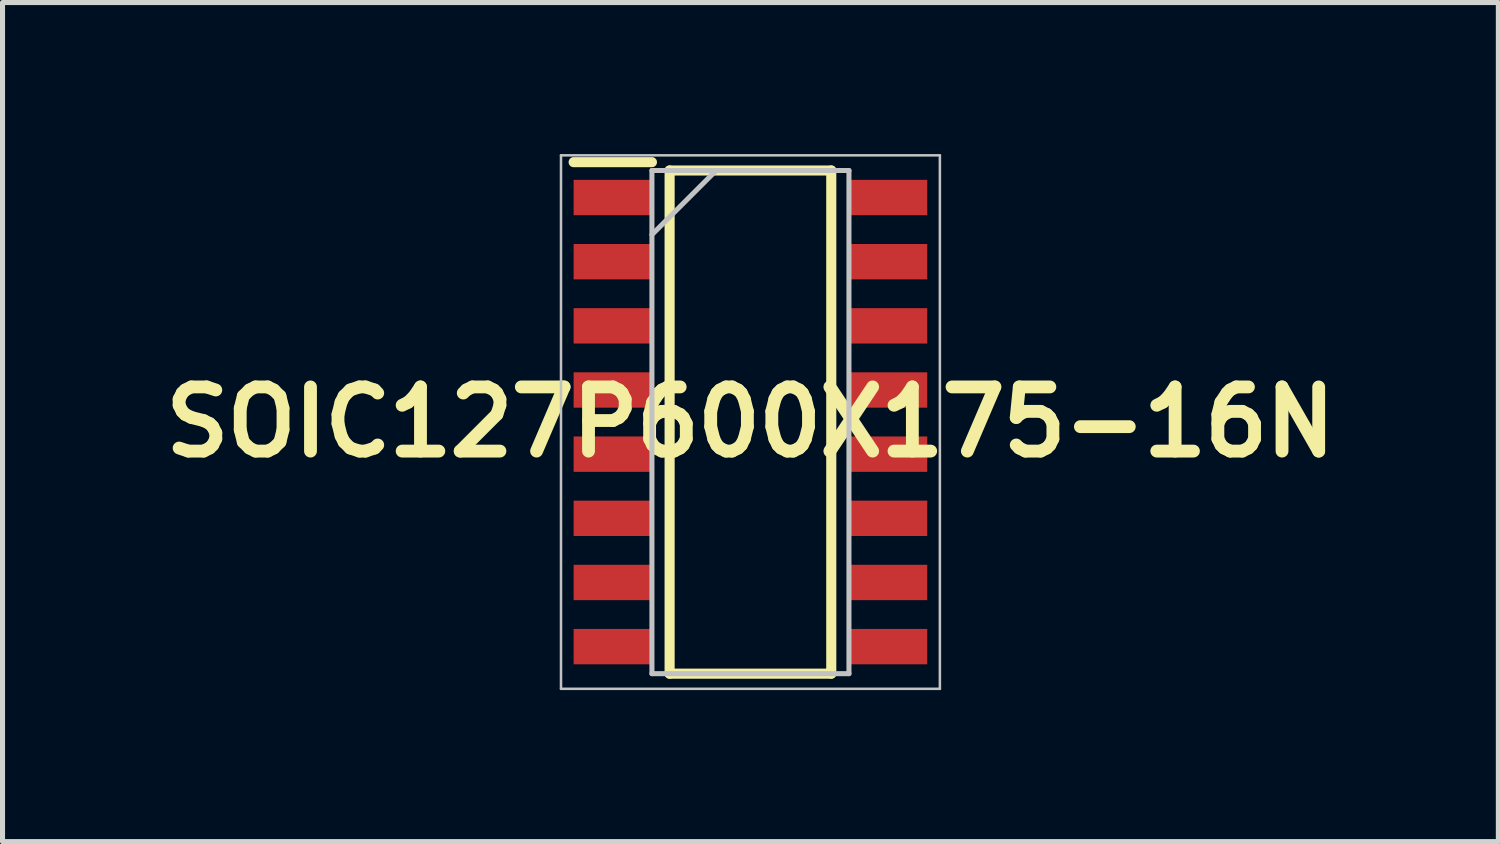
<source format=kicad_pcb>
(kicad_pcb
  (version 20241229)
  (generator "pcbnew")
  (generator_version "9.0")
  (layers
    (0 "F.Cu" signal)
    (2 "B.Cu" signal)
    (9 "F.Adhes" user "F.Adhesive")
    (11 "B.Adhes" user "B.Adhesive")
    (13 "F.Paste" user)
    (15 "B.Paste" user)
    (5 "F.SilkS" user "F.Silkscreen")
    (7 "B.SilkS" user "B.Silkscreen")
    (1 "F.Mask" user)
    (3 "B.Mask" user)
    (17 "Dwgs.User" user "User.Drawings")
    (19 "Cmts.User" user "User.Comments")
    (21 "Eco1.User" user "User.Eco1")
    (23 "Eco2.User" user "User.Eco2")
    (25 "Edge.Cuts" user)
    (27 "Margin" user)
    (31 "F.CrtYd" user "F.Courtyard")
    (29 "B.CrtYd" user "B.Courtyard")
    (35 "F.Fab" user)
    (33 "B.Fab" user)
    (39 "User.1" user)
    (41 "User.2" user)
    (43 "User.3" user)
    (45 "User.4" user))
  (footprint "SOIC127P600X175-16N"
    (layer "F.Cu")
    (at 11.805 5.305)
    (property "Reference" "SOIC127P600X175-16N" (at 0 0 0) (layer "F.SilkS") (effects (font (size 1.27 1.27) (thickness 0.254))))
    (attr smd)
    (fp_line (start -3.5 -5.145) (end -1.95 -5.145) (stroke (width 0.2) (type solid)) (layer "F.SilkS"))
    (fp_line (start -1.6 -4.98) (end 1.6 -4.98) (stroke (width 0.2) (type solid)) (layer "F.SilkS"))
    (fp_line (start -1.6 4.98) (end -1.6 -4.98) (stroke (width 0.2) (type solid)) (layer "F.SilkS"))
    (fp_line (start 1.6 -4.98) (end 1.6 4.98) (stroke (width 0.2) (type solid)) (layer "F.SilkS"))
    (fp_line (start 1.6 4.98) (end -1.6 4.98) (stroke (width 0.2) (type solid)) (layer "F.SilkS"))
    (fp_line (start -3.75 -5.28) (end 3.75 -5.28) (stroke (width 0.05) (type solid)) (layer "Dwgs.User"))
    (fp_line (start -3.75 5.28) (end -3.75 -5.28) (stroke (width 0.05) (type solid)) (layer "Dwgs.User"))
    (fp_line (start -1.95 -4.98) (end 1.95 -4.98) (stroke (width 0.1) (type solid)) (layer "Dwgs.User"))
    (fp_line (start -1.95 -3.71) (end -0.68 -4.98) (stroke (width 0.1) (type solid)) (layer "Dwgs.User"))
    (fp_line (start -1.95 4.98) (end -1.95 -4.98) (stroke (width 0.1) (type solid)) (layer "Dwgs.User"))
    (fp_line (start 1.95 -4.98) (end 1.95 4.98) (stroke (width 0.1) (type solid)) (layer "Dwgs.User"))
    (fp_line (start 1.95 4.98) (end -1.95 4.98) (stroke (width 0.1) (type solid)) (layer "Dwgs.User"))
    (fp_line (start 3.75 -5.28) (end 3.75 5.28) (stroke (width 0.05) (type solid)) (layer "Dwgs.User"))
    (fp_line (start 3.75 5.28) (end -3.75 5.28) (stroke (width 0.05) (type solid)) (layer "Dwgs.User"))
    (pad "1" smd rect (at -2.725 -4.445 90) (size 0.7 1.55) (layers "F.Cu" "F.Mask" "F.Paste"))
    (pad "2" smd rect (at -2.725 -3.175 90) (size 0.7 1.55) (layers "F.Cu" "F.Mask" "F.Paste"))
    (pad "3" smd rect (at -2.725 -1.905 90) (size 0.7 1.55) (layers "F.Cu" "F.Mask" "F.Paste"))
    (pad "4" smd rect (at -2.725 -0.635 90) (size 0.7 1.55) (layers "F.Cu" "F.Mask" "F.Paste"))
    (pad "5" smd rect (at -2.725 0.635 90) (size 0.7 1.55) (layers "F.Cu" "F.Mask" "F.Paste"))
    (pad "6" smd rect (at -2.725 1.905 90) (size 0.7 1.55) (layers "F.Cu" "F.Mask" "F.Paste"))
    (pad "7" smd rect (at -2.725 3.175 90) (size 0.7 1.55) (layers "F.Cu" "F.Mask" "F.Paste"))
    (pad "8" smd rect (at -2.725 4.445 90) (size 0.7 1.55) (layers "F.Cu" "F.Mask" "F.Paste"))
    (pad "9" smd rect (at 2.725 4.445 90) (size 0.7 1.55) (layers "F.Cu" "F.Mask" "F.Paste"))
    (pad "10" smd rect (at 2.725 3.175 90) (size 0.7 1.55) (layers "F.Cu" "F.Mask" "F.Paste"))
    (pad "11" smd rect (at 2.725 1.905 90) (size 0.7 1.55) (layers "F.Cu" "F.Mask" "F.Paste"))
    (pad "12" smd rect (at 2.725 0.635 90) (size 0.7 1.55) (layers "F.Cu" "F.Mask" "F.Paste"))
    (pad "13" smd rect (at 2.725 -0.635 90) (size 0.7 1.55) (layers "F.Cu" "F.Mask" "F.Paste"))
    (pad "14" smd rect (at 2.725 -1.905 90) (size 0.7 1.55) (layers "F.Cu" "F.Mask" "F.Paste"))
    (pad "15" smd rect (at 2.725 -3.175 90) (size 0.7 1.55) (layers "F.Cu" "F.Mask" "F.Paste"))
    (pad "16" smd rect (at 2.725 -4.445 90) (size 0.7 1.55) (layers "F.Cu" "F.Mask" "F.Paste")))
  (gr_rect
    (start -3 -3)
    (end 26.61 13.61)
    (stroke (width 0.1) (type default))
    (fill no)
    (layer "Edge.Cuts")))
</source>
